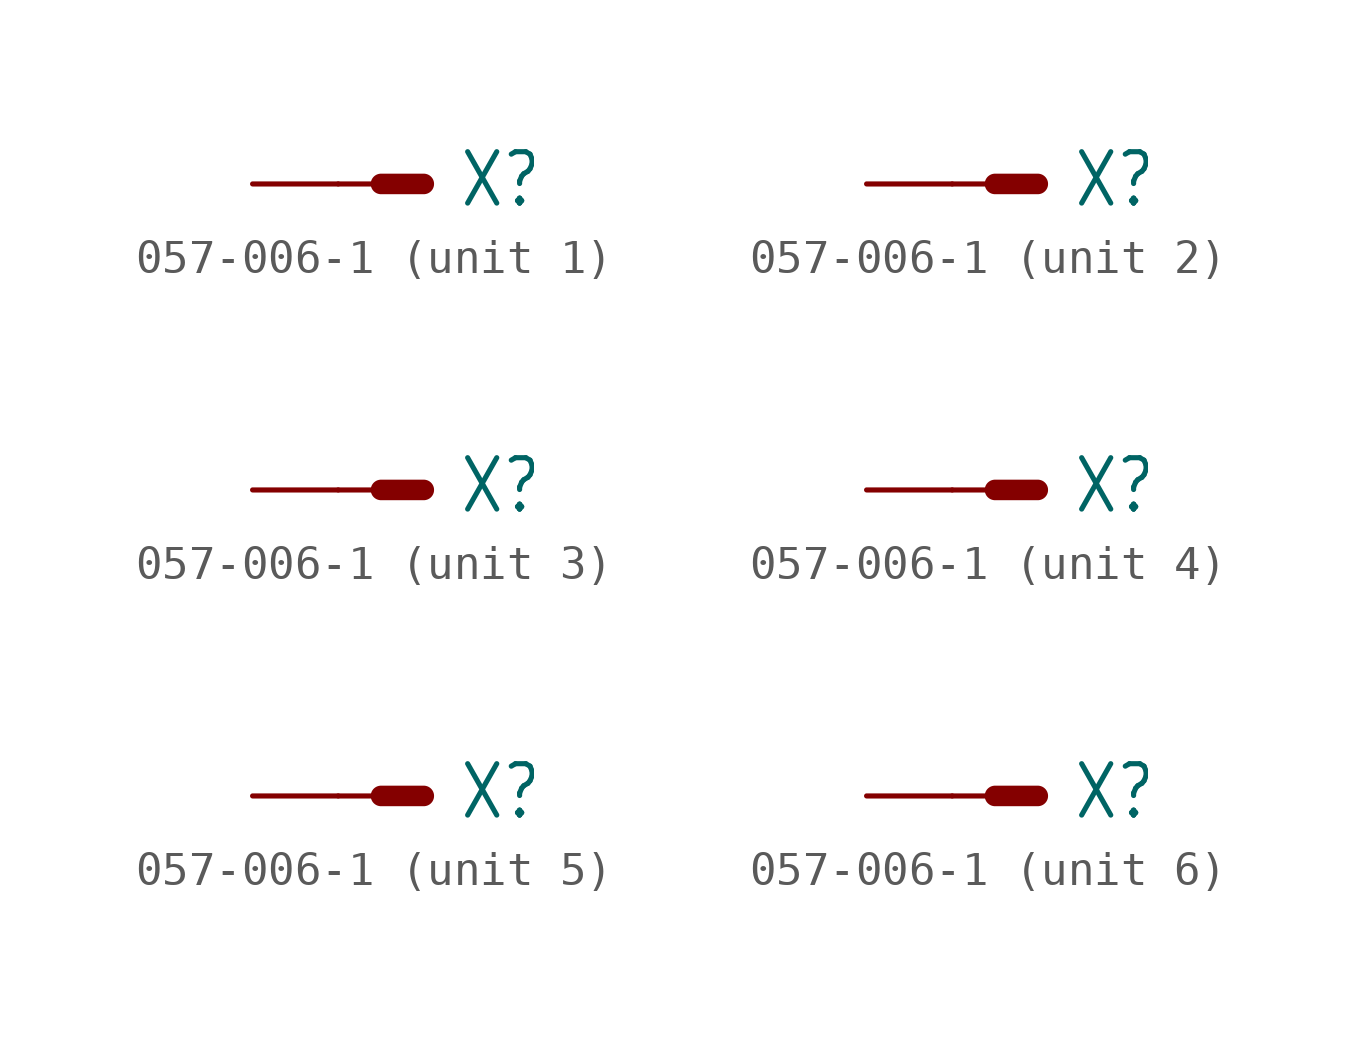
<source format=kicad_sym>
(kicad_symbol_lib
  (version 20211014)
  (generator kicad_symbol_editor)
  (symbol "057-006-1"
    (property "Reference" "X"
      (at 1.016 -0.762 0)
      (effects (font (size 1.524 1.295)) (justify left bottom)))
    (property "ki_locked" ""
      (at 0 0 0)
      (effects (font (size 1.27 1.27))))
    (symbol "057-006-1_1_0"
      (polyline (pts (xy -2.54 0) (xy -1.27 0)) (stroke (width 0.152) (type default) (color 0 0 0 0)) (fill (type none)))
      (polyline (pts (xy 0 0) (xy -1.27 0)) (stroke (width 0.61) (type default) (color 0 0 0 0)) (fill (type none)))
      (pin passive line (at -5.08 0 0) (length 2.54) (name "S" (effects (font (size 0 0)))) (number "1" (effects (font (size 0 0))))))
    (symbol "057-006-1_2_0"
      (polyline (pts (xy -2.54 0) (xy -1.27 0)) (stroke (width 0.152) (type default) (color 0 0 0 0)) (fill (type none)))
      (polyline (pts (xy 0 0) (xy -1.27 0)) (stroke (width 0.61) (type default) (color 0 0 0 0)) (fill (type none)))
      (pin passive line (at -5.08 0 0) (length 2.54) (name "S" (effects (font (size 0 0)))) (number "2" (effects (font (size 0 0))))))
    (symbol "057-006-1_3_0"
      (polyline (pts (xy -2.54 0) (xy -1.27 0)) (stroke (width 0.152) (type default) (color 0 0 0 0)) (fill (type none)))
      (polyline (pts (xy 0 0) (xy -1.27 0)) (stroke (width 0.61) (type default) (color 0 0 0 0)) (fill (type none)))
      (pin passive line (at -5.08 0 0) (length 2.54) (name "S" (effects (font (size 0 0)))) (number "3" (effects (font (size 0 0))))))
    (symbol "057-006-1_4_0"
      (polyline (pts (xy -2.54 0) (xy -1.27 0)) (stroke (width 0.152) (type default) (color 0 0 0 0)) (fill (type none)))
      (polyline (pts (xy 0 0) (xy -1.27 0)) (stroke (width 0.61) (type default) (color 0 0 0 0)) (fill (type none)))
      (pin passive line (at -5.08 0 0) (length 2.54) (name "S" (effects (font (size 0 0)))) (number "4" (effects (font (size 0 0))))))
    (symbol "057-006-1_5_0"
      (polyline (pts (xy -2.54 0) (xy -1.27 0)) (stroke (width 0.152) (type default) (color 0 0 0 0)) (fill (type none)))
      (polyline (pts (xy 0 0) (xy -1.27 0)) (stroke (width 0.61) (type default) (color 0 0 0 0)) (fill (type none)))
      (pin passive line (at -5.08 0 0) (length 2.54) (name "S" (effects (font (size 0 0)))) (number "5" (effects (font (size 0 0))))))
    (symbol "057-006-1_6_0"
      (polyline (pts (xy -2.54 0) (xy -1.27 0)) (stroke (width 0.152) (type default) (color 0 0 0 0)) (fill (type none)))
      (polyline (pts (xy 0 0) (xy -1.27 0)) (stroke (width 0.61) (type default) (color 0 0 0 0)) (fill (type none)))
      (pin passive line (at -5.08 0 0) (length 2.54) (name "S" (effects (font (size 0 0)))) (number "6" (effects (font (size 0 0))))))))
</source>
